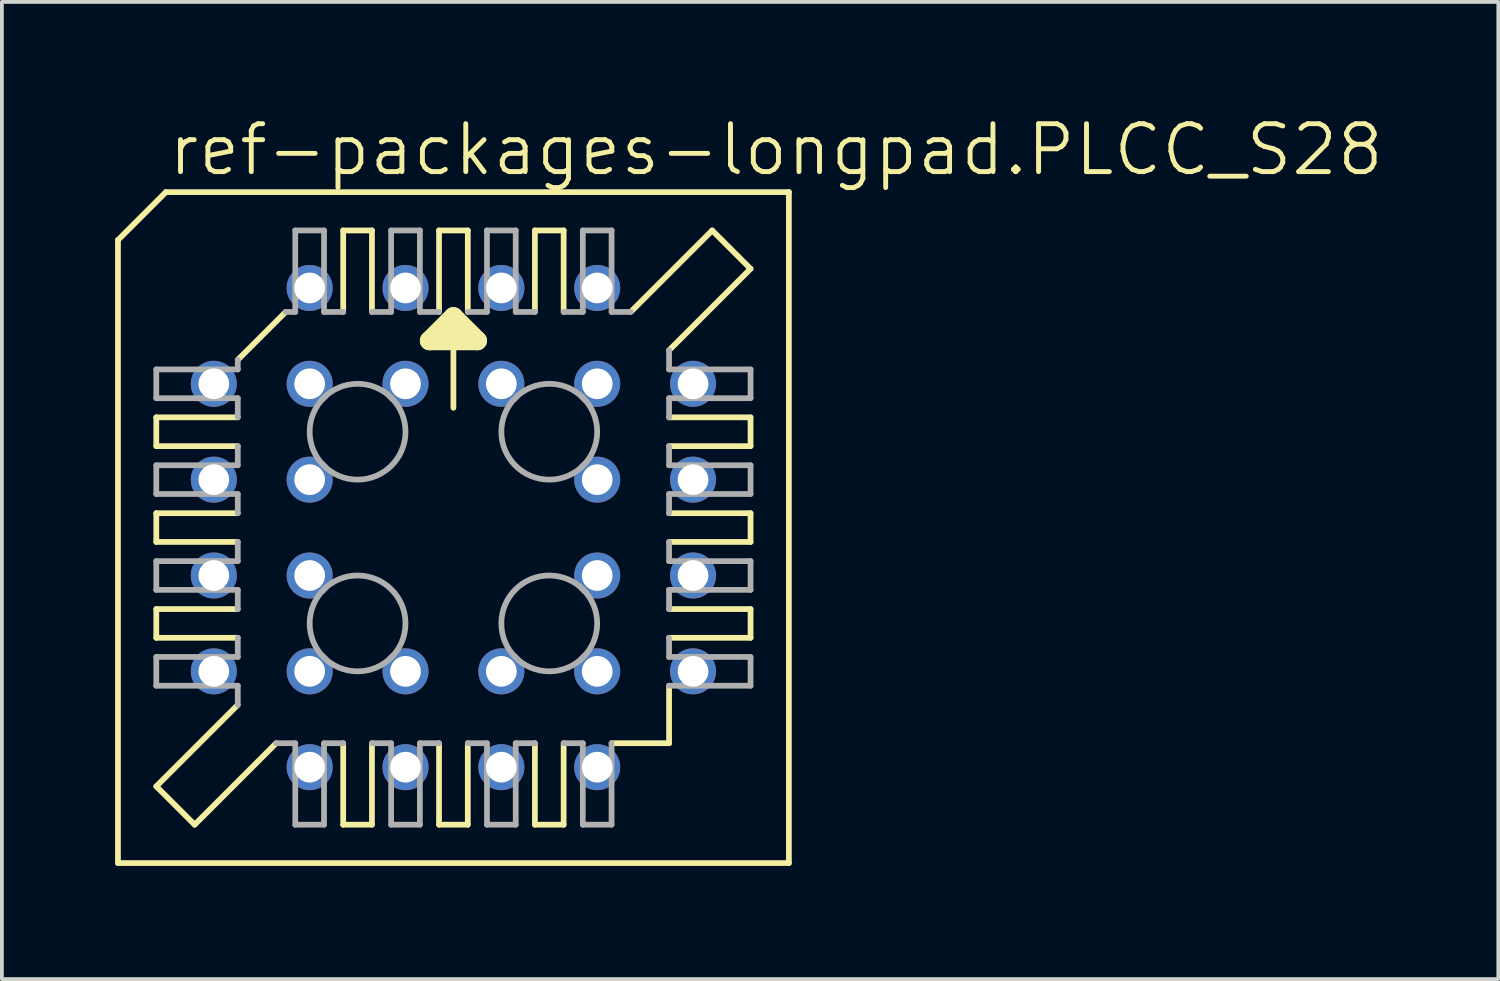
<source format=kicad_pcb>
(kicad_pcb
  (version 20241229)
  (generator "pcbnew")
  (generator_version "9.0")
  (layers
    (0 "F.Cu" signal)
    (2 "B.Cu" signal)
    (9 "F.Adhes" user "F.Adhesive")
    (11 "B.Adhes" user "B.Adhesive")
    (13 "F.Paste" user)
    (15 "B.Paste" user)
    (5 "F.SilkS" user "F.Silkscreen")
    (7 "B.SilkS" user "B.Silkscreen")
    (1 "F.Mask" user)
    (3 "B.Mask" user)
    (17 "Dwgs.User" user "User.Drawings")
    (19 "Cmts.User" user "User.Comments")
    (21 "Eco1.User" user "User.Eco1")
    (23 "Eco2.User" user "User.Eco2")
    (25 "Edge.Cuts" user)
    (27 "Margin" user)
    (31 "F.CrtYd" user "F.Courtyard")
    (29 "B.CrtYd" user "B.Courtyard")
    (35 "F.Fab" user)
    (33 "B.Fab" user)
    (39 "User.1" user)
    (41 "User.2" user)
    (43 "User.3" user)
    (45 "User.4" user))
  (footprint "ref-packages-longpad.PLCC_S28"
    (layer "F.Cu")
    (at 8.966 10.931)
    (property "Reference" "ref-packages-longpad.PLCC_S28" (at -7.62 -9.271 0) (layer "F.SilkS") (effects (font (size 1.27 1.27) (thickness 0.13)) (justify left bottom)))
    (attr through_hole)
    (fp_line (start -8.89 -7.62) (end -8.89 8.89) (stroke (width 0.152) (type default)) (layer "F.SilkS"))
    (fp_line (start -7.874 -2.159) (end -7.874 -2.921) (stroke (width 0.152) (type default)) (layer "F.SilkS"))
    (fp_line (start -7.874 -2.159) (end -5.715 -2.159) (stroke (width 0.152) (type default)) (layer "F.SilkS"))
    (fp_line (start -7.874 0.381) (end -7.874 -0.381) (stroke (width 0.152) (type default)) (layer "F.SilkS"))
    (fp_line (start -7.874 0.381) (end -5.715 0.381) (stroke (width 0.152) (type default)) (layer "F.SilkS"))
    (fp_line (start -7.874 2.921) (end -7.874 2.159) (stroke (width 0.152) (type default)) (layer "F.SilkS"))
    (fp_line (start -7.874 2.921) (end -5.715 2.921) (stroke (width 0.152) (type default)) (layer "F.SilkS"))
    (fp_line (start -7.874 6.858) (end -5.715 4.699) (stroke (width 0.152) (type default)) (layer "F.SilkS"))
    (fp_line (start -7.62 -8.89) (end -8.89 -7.62) (stroke (width 0.152) (type default)) (layer "F.SilkS"))
    (fp_line (start -6.858 7.874) (end -7.874 6.858) (stroke (width 0.152) (type default)) (layer "F.SilkS"))
    (fp_line (start -6.858 7.874) (end -4.699 5.715) (stroke (width 0.152) (type default)) (layer "F.SilkS"))
    (fp_line (start -5.715 -4.445) (end -4.445 -5.715) (stroke (width 0.152) (type default)) (layer "F.SilkS"))
    (fp_line (start -5.715 -2.921) (end -7.874 -2.921) (stroke (width 0.152) (type default)) (layer "F.SilkS"))
    (fp_line (start -5.715 -0.381) (end -7.874 -0.381) (stroke (width 0.152) (type default)) (layer "F.SilkS"))
    (fp_line (start -5.715 2.159) (end -7.874 2.159) (stroke (width 0.152) (type default)) (layer "F.SilkS"))
    (fp_line (start -2.921 -5.715) (end -2.921 -7.874) (stroke (width 0.152) (type default)) (layer "F.SilkS"))
    (fp_line (start -2.921 7.874) (end -2.921 5.715) (stroke (width 0.152) (type default)) (layer "F.SilkS"))
    (fp_line (start -2.921 7.874) (end -2.159 7.874) (stroke (width 0.152) (type default)) (layer "F.SilkS"))
    (fp_line (start -2.159 -7.874) (end -2.921 -7.874) (stroke (width 0.152) (type default)) (layer "F.SilkS"))
    (fp_line (start -2.159 -7.874) (end -2.159 -5.715) (stroke (width 0.152) (type default)) (layer "F.SilkS"))
    (fp_line (start -2.159 5.715) (end -2.159 7.874) (stroke (width 0.152) (type default)) (layer "F.SilkS"))
    (fp_line (start -0.635 -4.953) (end 0 -5.588) (stroke (width 0.508) (type default)) (layer "F.SilkS"))
    (fp_line (start -0.381 -5.715) (end -0.381 -7.874) (stroke (width 0.152) (type default)) (layer "F.SilkS"))
    (fp_line (start -0.381 7.874) (end -0.381 5.715) (stroke (width 0.152) (type default)) (layer "F.SilkS"))
    (fp_line (start -0.381 7.874) (end 0.381 7.874) (stroke (width 0.152) (type default)) (layer "F.SilkS"))
    (fp_line (start 0 -5.588) (end 0 -3.175) (stroke (width 0.152) (type default)) (layer "F.SilkS"))
    (fp_line (start 0 -5.588) (end 0.635 -4.953) (stroke (width 0.508) (type default)) (layer "F.SilkS"))
    (fp_line (start 0.381 -7.874) (end -0.381 -7.874) (stroke (width 0.152) (type default)) (layer "F.SilkS"))
    (fp_line (start 0.381 -7.874) (end 0.381 -5.715) (stroke (width 0.152) (type default)) (layer "F.SilkS"))
    (fp_line (start 0.381 5.715) (end 0.381 7.874) (stroke (width 0.152) (type default)) (layer "F.SilkS"))
    (fp_line (start 0.635 -4.953) (end -0.635 -4.953) (stroke (width 0.508) (type default)) (layer "F.SilkS"))
    (fp_line (start 2.159 -5.715) (end 2.159 -7.874) (stroke (width 0.152) (type default)) (layer "F.SilkS"))
    (fp_line (start 2.159 7.874) (end 2.159 5.715) (stroke (width 0.152) (type default)) (layer "F.SilkS"))
    (fp_line (start 2.159 7.874) (end 2.921 7.874) (stroke (width 0.152) (type default)) (layer "F.SilkS"))
    (fp_line (start 2.921 -7.874) (end 2.159 -7.874) (stroke (width 0.152) (type default)) (layer "F.SilkS"))
    (fp_line (start 2.921 -7.874) (end 2.921 -5.715) (stroke (width 0.152) (type default)) (layer "F.SilkS"))
    (fp_line (start 2.921 5.715) (end 2.921 7.874) (stroke (width 0.152) (type default)) (layer "F.SilkS"))
    (fp_line (start 4.191 5.715) (end 5.715 5.715) (stroke (width 0.152) (type default)) (layer "F.SilkS"))
    (fp_line (start 5.715 -2.159) (end 7.874 -2.159) (stroke (width 0.152) (type default)) (layer "F.SilkS"))
    (fp_line (start 5.715 0.381) (end 7.874 0.381) (stroke (width 0.152) (type default)) (layer "F.SilkS"))
    (fp_line (start 5.715 2.921) (end 7.874 2.921) (stroke (width 0.152) (type default)) (layer "F.SilkS"))
    (fp_line (start 5.715 4.191) (end 5.715 5.715) (stroke (width 0.152) (type default)) (layer "F.SilkS"))
    (fp_line (start 6.858 -7.874) (end 4.699 -5.715) (stroke (width 0.152) (type default)) (layer "F.SilkS"))
    (fp_line (start 7.874 -6.858) (end 5.715 -4.699) (stroke (width 0.152) (type default)) (layer "F.SilkS"))
    (fp_line (start 7.874 -6.858) (end 6.858 -7.874) (stroke (width 0.152) (type default)) (layer "F.SilkS"))
    (fp_line (start 7.874 -2.921) (end 5.715 -2.921) (stroke (width 0.152) (type default)) (layer "F.SilkS"))
    (fp_line (start 7.874 -2.921) (end 7.874 -2.159) (stroke (width 0.152) (type default)) (layer "F.SilkS"))
    (fp_line (start 7.874 -0.381) (end 5.715 -0.381) (stroke (width 0.152) (type default)) (layer "F.SilkS"))
    (fp_line (start 7.874 -0.381) (end 7.874 0.381) (stroke (width 0.152) (type default)) (layer "F.SilkS"))
    (fp_line (start 7.874 2.159) (end 5.715 2.159) (stroke (width 0.152) (type default)) (layer "F.SilkS"))
    (fp_line (start 7.874 2.159) (end 7.874 2.921) (stroke (width 0.152) (type default)) (layer "F.SilkS"))
    (fp_line (start 8.89 -8.89) (end -7.62 -8.89) (stroke (width 0.152) (type default)) (layer "F.SilkS"))
    (fp_line (start 8.89 8.89) (end -8.89 8.89) (stroke (width 0.152) (type default)) (layer "F.SilkS"))
    (fp_line (start 8.89 8.89) (end 8.89 -8.89) (stroke (width 0.152) (type default)) (layer "F.SilkS"))
    (fp_line (start -7.874 -3.429) (end -7.874 -4.191) (stroke (width 0.152) (type default)) (layer "F.Fab"))
    (fp_line (start -7.874 -3.429) (end -5.715 -3.429) (stroke (width 0.152) (type default)) (layer "F.Fab"))
    (fp_line (start -7.874 -0.889) (end -7.874 -1.651) (stroke (width 0.152) (type default)) (layer "F.Fab"))
    (fp_line (start -7.874 -0.889) (end -5.715 -0.889) (stroke (width 0.152) (type default)) (layer "F.Fab"))
    (fp_line (start -7.874 1.651) (end -7.874 0.889) (stroke (width 0.152) (type default)) (layer "F.Fab"))
    (fp_line (start -7.874 1.651) (end -5.715 1.651) (stroke (width 0.152) (type default)) (layer "F.Fab"))
    (fp_line (start -7.874 4.191) (end -7.874 3.429) (stroke (width 0.152) (type default)) (layer "F.Fab"))
    (fp_line (start -7.874 4.191) (end -5.715 4.191) (stroke (width 0.152) (type default)) (layer "F.Fab"))
    (fp_line (start -5.715 -4.191) (end -7.874 -4.191) (stroke (width 0.152) (type default)) (layer "F.Fab"))
    (fp_line (start -5.715 -4.191) (end -5.715 -4.445) (stroke (width 0.152) (type default)) (layer "F.Fab"))
    (fp_line (start -5.715 -2.921) (end -5.715 -3.429) (stroke (width 0.152) (type default)) (layer "F.Fab"))
    (fp_line (start -5.715 -1.651) (end -7.874 -1.651) (stroke (width 0.152) (type default)) (layer "F.Fab"))
    (fp_line (start -5.715 -1.651) (end -5.715 -2.159) (stroke (width 0.152) (type default)) (layer "F.Fab"))
    (fp_line (start -5.715 -0.381) (end -5.715 -0.889) (stroke (width 0.152) (type default)) (layer "F.Fab"))
    (fp_line (start -5.715 0.889) (end -7.874 0.889) (stroke (width 0.152) (type default)) (layer "F.Fab"))
    (fp_line (start -5.715 0.889) (end -5.715 0.381) (stroke (width 0.152) (type default)) (layer "F.Fab"))
    (fp_line (start -5.715 2.159) (end -5.715 1.651) (stroke (width 0.152) (type default)) (layer "F.Fab"))
    (fp_line (start -5.715 3.429) (end -7.874 3.429) (stroke (width 0.152) (type default)) (layer "F.Fab"))
    (fp_line (start -5.715 3.429) (end -5.715 2.921) (stroke (width 0.152) (type default)) (layer "F.Fab"))
    (fp_line (start -5.715 4.699) (end -5.715 4.191) (stroke (width 0.152) (type default)) (layer "F.Fab"))
    (fp_line (start -4.699 5.715) (end -4.191 5.715) (stroke (width 0.152) (type default)) (layer "F.Fab"))
    (fp_line (start -4.191 -5.715) (end -4.445 -5.715) (stroke (width 0.152) (type default)) (layer "F.Fab"))
    (fp_line (start -4.191 -5.715) (end -4.191 -7.874) (stroke (width 0.152) (type default)) (layer "F.Fab"))
    (fp_line (start -4.191 7.874) (end -4.191 5.715) (stroke (width 0.152) (type default)) (layer "F.Fab"))
    (fp_line (start -4.191 7.874) (end -3.429 7.874) (stroke (width 0.152) (type default)) (layer "F.Fab"))
    (fp_line (start -3.429 -7.874) (end -4.191 -7.874) (stroke (width 0.152) (type default)) (layer "F.Fab"))
    (fp_line (start -3.429 -7.874) (end -3.429 -5.715) (stroke (width 0.152) (type default)) (layer "F.Fab"))
    (fp_line (start -3.429 5.715) (end -3.429 7.874) (stroke (width 0.152) (type default)) (layer "F.Fab"))
    (fp_line (start -3.429 5.715) (end -2.921 5.715) (stroke (width 0.152) (type default)) (layer "F.Fab"))
    (fp_line (start -2.921 -5.715) (end -3.429 -5.715) (stroke (width 0.152) (type default)) (layer "F.Fab"))
    (fp_line (start -2.159 5.715) (end -1.651 5.715) (stroke (width 0.152) (type default)) (layer "F.Fab"))
    (fp_line (start -1.651 -5.715) (end -2.159 -5.715) (stroke (width 0.152) (type default)) (layer "F.Fab"))
    (fp_line (start -1.651 -5.715) (end -1.651 -7.874) (stroke (width 0.152) (type default)) (layer "F.Fab"))
    (fp_line (start -1.651 7.874) (end -1.651 5.715) (stroke (width 0.152) (type default)) (layer "F.Fab"))
    (fp_line (start -1.651 7.874) (end -0.889 7.874) (stroke (width 0.152) (type default)) (layer "F.Fab"))
    (fp_line (start -0.889 -7.874) (end -1.651 -7.874) (stroke (width 0.152) (type default)) (layer "F.Fab"))
    (fp_line (start -0.889 -7.874) (end -0.889 -5.715) (stroke (width 0.152) (type default)) (layer "F.Fab"))
    (fp_line (start -0.889 5.715) (end -0.889 7.874) (stroke (width 0.152) (type default)) (layer "F.Fab"))
    (fp_line (start -0.889 5.715) (end -0.381 5.715) (stroke (width 0.152) (type default)) (layer "F.Fab"))
    (fp_line (start -0.381 -5.715) (end -0.889 -5.715) (stroke (width 0.152) (type default)) (layer "F.Fab"))
    (fp_line (start 0.381 5.715) (end 0.889 5.715) (stroke (width 0.152) (type default)) (layer "F.Fab"))
    (fp_line (start 0.889 -5.715) (end 0.381 -5.715) (stroke (width 0.152) (type default)) (layer "F.Fab"))
    (fp_line (start 0.889 -5.715) (end 0.889 -7.874) (stroke (width 0.152) (type default)) (layer "F.Fab"))
    (fp_line (start 0.889 7.874) (end 0.889 5.715) (stroke (width 0.152) (type default)) (layer "F.Fab"))
    (fp_line (start 0.889 7.874) (end 1.651 7.874) (stroke (width 0.152) (type default)) (layer "F.Fab"))
    (fp_line (start 1.651 -7.874) (end 0.889 -7.874) (stroke (width 0.152) (type default)) (layer "F.Fab"))
    (fp_line (start 1.651 -7.874) (end 1.651 -5.715) (stroke (width 0.152) (type default)) (layer "F.Fab"))
    (fp_line (start 1.651 5.715) (end 1.651 7.874) (stroke (width 0.152) (type default)) (layer "F.Fab"))
    (fp_line (start 1.651 5.715) (end 2.159 5.715) (stroke (width 0.152) (type default)) (layer "F.Fab"))
    (fp_line (start 2.159 -5.715) (end 1.651 -5.715) (stroke (width 0.152) (type default)) (layer "F.Fab"))
    (fp_line (start 2.921 5.715) (end 3.429 5.715) (stroke (width 0.152) (type default)) (layer "F.Fab"))
    (fp_line (start 3.429 -5.715) (end 2.921 -5.715) (stroke (width 0.152) (type default)) (layer "F.Fab"))
    (fp_line (start 3.429 -5.715) (end 3.429 -7.874) (stroke (width 0.152) (type default)) (layer "F.Fab"))
    (fp_line (start 3.429 7.874) (end 3.429 5.715) (stroke (width 0.152) (type default)) (layer "F.Fab"))
    (fp_line (start 3.429 7.874) (end 4.191 7.874) (stroke (width 0.152) (type default)) (layer "F.Fab"))
    (fp_line (start 4.191 -7.874) (end 3.429 -7.874) (stroke (width 0.152) (type default)) (layer "F.Fab"))
    (fp_line (start 4.191 -7.874) (end 4.191 -5.715) (stroke (width 0.152) (type default)) (layer "F.Fab"))
    (fp_line (start 4.191 5.715) (end 4.191 7.874) (stroke (width 0.152) (type default)) (layer "F.Fab"))
    (fp_line (start 4.699 -5.715) (end 4.191 -5.715) (stroke (width 0.152) (type default)) (layer "F.Fab"))
    (fp_line (start 5.715 -4.699) (end 5.715 -4.191) (stroke (width 0.152) (type default)) (layer "F.Fab"))
    (fp_line (start 5.715 -3.429) (end 5.715 -2.921) (stroke (width 0.152) (type default)) (layer "F.Fab"))
    (fp_line (start 5.715 -3.429) (end 7.874 -3.429) (stroke (width 0.152) (type default)) (layer "F.Fab"))
    (fp_line (start 5.715 -2.159) (end 5.715 -1.651) (stroke (width 0.152) (type default)) (layer "F.Fab"))
    (fp_line (start 5.715 -0.889) (end 5.715 -0.381) (stroke (width 0.152) (type default)) (layer "F.Fab"))
    (fp_line (start 5.715 -0.889) (end 7.874 -0.889) (stroke (width 0.152) (type default)) (layer "F.Fab"))
    (fp_line (start 5.715 0.381) (end 5.715 0.889) (stroke (width 0.152) (type default)) (layer "F.Fab"))
    (fp_line (start 5.715 1.651) (end 5.715 2.159) (stroke (width 0.152) (type default)) (layer "F.Fab"))
    (fp_line (start 5.715 1.651) (end 7.874 1.651) (stroke (width 0.152) (type default)) (layer "F.Fab"))
    (fp_line (start 5.715 2.921) (end 5.715 3.429) (stroke (width 0.152) (type default)) (layer "F.Fab"))
    (fp_line (start 5.715 4.191) (end 7.874 4.191) (stroke (width 0.152) (type default)) (layer "F.Fab"))
    (fp_line (start 7.874 -4.191) (end 5.715 -4.191) (stroke (width 0.152) (type default)) (layer "F.Fab"))
    (fp_line (start 7.874 -4.191) (end 7.874 -3.429) (stroke (width 0.152) (type default)) (layer "F.Fab"))
    (fp_line (start 7.874 -1.651) (end 5.715 -1.651) (stroke (width 0.152) (type default)) (layer "F.Fab"))
    (fp_line (start 7.874 -1.651) (end 7.874 -0.889) (stroke (width 0.152) (type default)) (layer "F.Fab"))
    (fp_line (start 7.874 0.889) (end 5.715 0.889) (stroke (width 0.152) (type default)) (layer "F.Fab"))
    (fp_line (start 7.874 0.889) (end 7.874 1.651) (stroke (width 0.152) (type default)) (layer "F.Fab"))
    (fp_line (start 7.874 3.429) (end 5.715 3.429) (stroke (width 0.152) (type default)) (layer "F.Fab"))
    (fp_line (start 7.874 3.429) (end 7.874 4.191) (stroke (width 0.152) (type default)) (layer "F.Fab"))
    (fp_circle (center -2.54 -2.54) (end -1.27 -2.54) (stroke (width 0.152) (type default)) (fill no) (layer "F.Fab"))
    (fp_circle (center -2.54 2.54) (end -1.27 2.54) (stroke (width 0.152) (type default)) (fill no) (layer "F.Fab"))
    (fp_circle (center 2.54 -2.54) (end 3.81 -2.54) (stroke (width 0.152) (type default)) (fill no) (layer "F.Fab"))
    (fp_circle (center 2.54 2.54) (end 3.81 2.54) (stroke (width 0.152) (type default)) (fill no) (layer "F.Fab"))
    (pad "1" thru_hole circle (at 1.27 -3.81) (size 1.219 1.219) (drill 0.813) (layers "*.Cu" "*.Mask"))
    (pad "2" thru_hole circle (at -1.27 -6.35) (size 1.219 1.219) (drill 0.813) (layers "*.Cu" "*.Mask"))
    (pad "3" thru_hole circle (at -1.27 -3.81) (size 1.219 1.219) (drill 0.813) (layers "*.Cu" "*.Mask"))
    (pad "4" thru_hole circle (at -3.81 -6.35) (size 1.219 1.219) (drill 0.813) (layers "*.Cu" "*.Mask"))
    (pad "5" thru_hole circle (at -6.35 -3.81) (size 1.219 1.219) (drill 0.813) (layers "*.Cu" "*.Mask"))
    (pad "6" thru_hole circle (at -3.81 -3.81) (size 1.219 1.219) (drill 0.813) (layers "*.Cu" "*.Mask"))
    (pad "7" thru_hole circle (at -6.35 -1.27) (size 1.219 1.219) (drill 0.813) (layers "*.Cu" "*.Mask"))
    (pad "8" thru_hole circle (at -3.81 -1.27) (size 1.219 1.219) (drill 0.813) (layers "*.Cu" "*.Mask"))
    (pad "9" thru_hole circle (at -6.35 1.27) (size 1.219 1.219) (drill 0.813) (layers "*.Cu" "*.Mask"))
    (pad "10" thru_hole circle (at -3.81 1.27) (size 1.219 1.219) (drill 0.813) (layers "*.Cu" "*.Mask"))
    (pad "11" thru_hole circle (at -6.35 3.81) (size 1.219 1.219) (drill 0.813) (layers "*.Cu" "*.Mask"))
    (pad "12" thru_hole circle (at -3.81 6.35) (size 1.219 1.219) (drill 0.813) (layers "*.Cu" "*.Mask"))
    (pad "13" thru_hole circle (at -3.81 3.81) (size 1.219 1.219) (drill 0.813) (layers "*.Cu" "*.Mask"))
    (pad "14" thru_hole circle (at -1.27 6.35) (size 1.219 1.219) (drill 0.813) (layers "*.Cu" "*.Mask"))
    (pad "15" thru_hole circle (at -1.27 3.81) (size 1.219 1.219) (drill 0.813) (layers "*.Cu" "*.Mask"))
    (pad "16" thru_hole circle (at 1.27 6.35) (size 1.219 1.219) (drill 0.813) (layers "*.Cu" "*.Mask"))
    (pad "17" thru_hole circle (at 1.27 3.81) (size 1.219 1.219) (drill 0.813) (layers "*.Cu" "*.Mask"))
    (pad "18" thru_hole circle (at 3.81 6.35) (size 1.219 1.219) (drill 0.813) (layers "*.Cu" "*.Mask"))
    (pad "19" thru_hole circle (at 6.35 3.81) (size 1.219 1.219) (drill 0.813) (layers "*.Cu" "*.Mask"))
    (pad "20" thru_hole circle (at 3.81 3.81) (size 1.219 1.219) (drill 0.813) (layers "*.Cu" "*.Mask"))
    (pad "21" thru_hole circle (at 6.35 1.27) (size 1.219 1.219) (drill 0.813) (layers "*.Cu" "*.Mask"))
    (pad "22" thru_hole circle (at 3.81 1.27) (size 1.219 1.219) (drill 0.813) (layers "*.Cu" "*.Mask"))
    (pad "23" thru_hole circle (at 6.35 -1.27) (size 1.219 1.219) (drill 0.813) (layers "*.Cu" "*.Mask"))
    (pad "24" thru_hole circle (at 3.81 -1.27) (size 1.219 1.219) (drill 0.813) (layers "*.Cu" "*.Mask"))
    (pad "25" thru_hole circle (at 6.35 -3.81) (size 1.219 1.219) (drill 0.813) (layers "*.Cu" "*.Mask"))
    (pad "26" thru_hole circle (at 3.81 -6.35) (size 1.219 1.219) (drill 0.813) (layers "*.Cu" "*.Mask"))
    (pad "27" thru_hole circle (at 3.81 -3.81) (size 1.219 1.219) (drill 0.813) (layers "*.Cu" "*.Mask"))
    (pad "28" thru_hole circle (at 1.27 -6.35) (size 1.219 1.219) (drill 0.813) (layers "*.Cu" "*.Mask")))
  (gr_rect
    (start -3 -3)
    (end 36.656 22.897)
    (stroke (width 0.1) (type default))
    (fill no)
    (layer "Edge.Cuts")))
</source>
